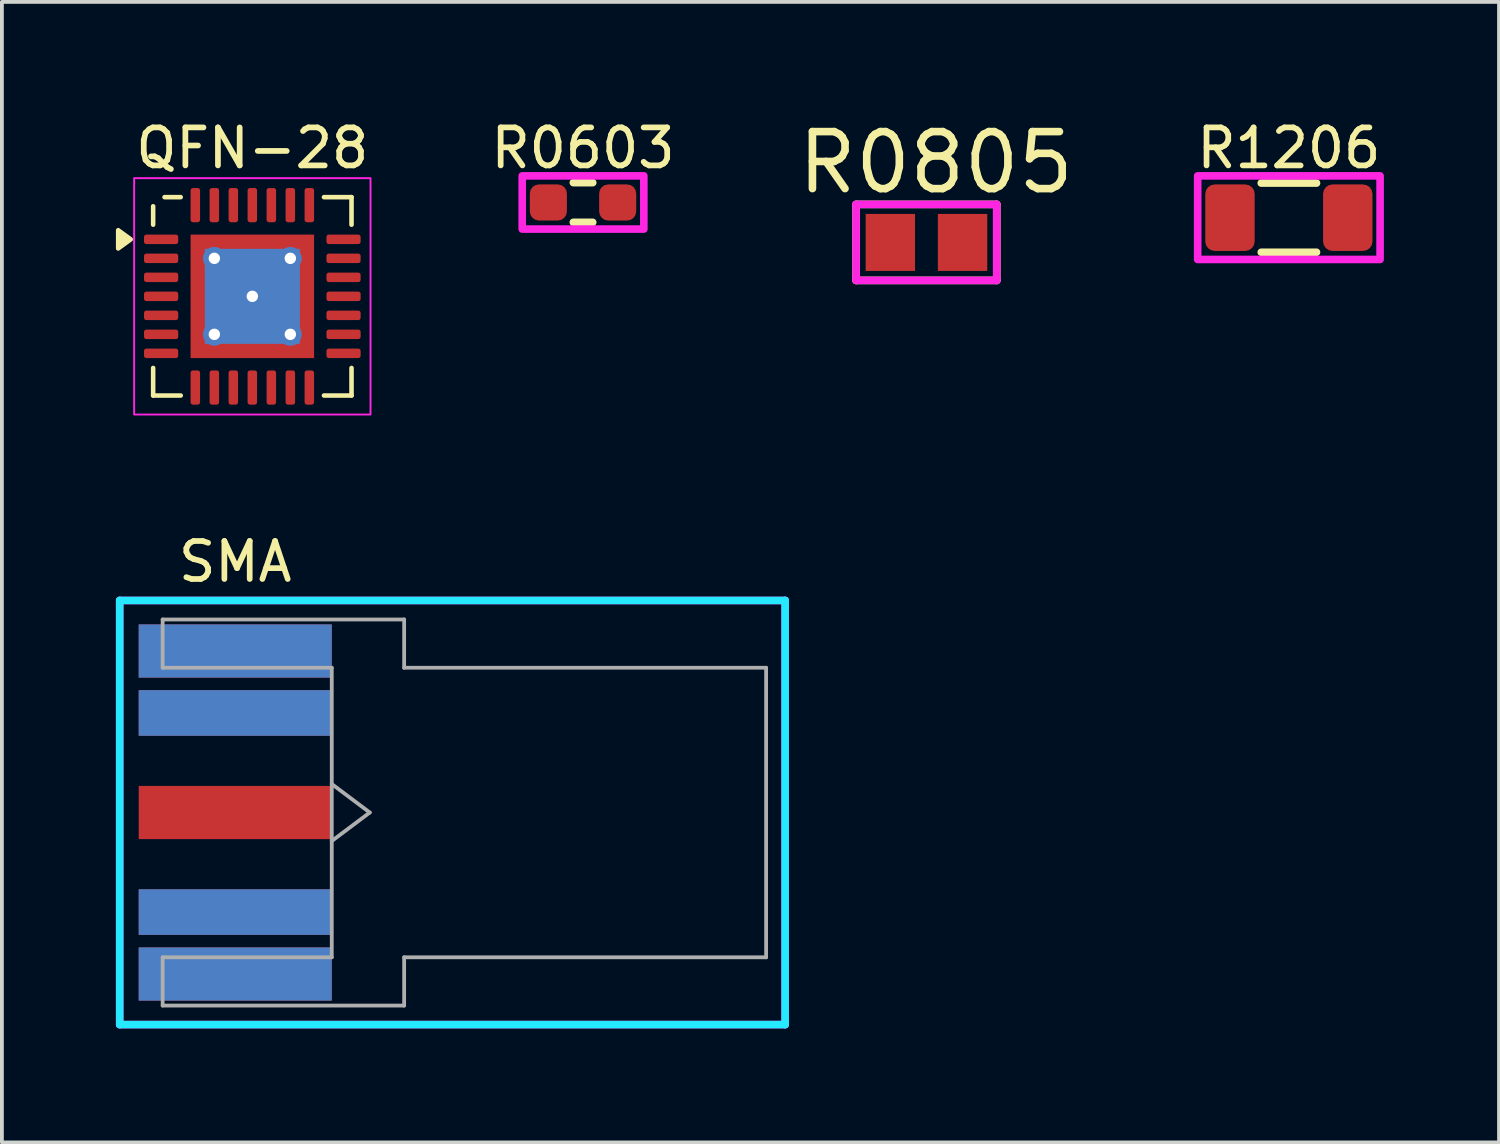
<source format=kicad_pcb>
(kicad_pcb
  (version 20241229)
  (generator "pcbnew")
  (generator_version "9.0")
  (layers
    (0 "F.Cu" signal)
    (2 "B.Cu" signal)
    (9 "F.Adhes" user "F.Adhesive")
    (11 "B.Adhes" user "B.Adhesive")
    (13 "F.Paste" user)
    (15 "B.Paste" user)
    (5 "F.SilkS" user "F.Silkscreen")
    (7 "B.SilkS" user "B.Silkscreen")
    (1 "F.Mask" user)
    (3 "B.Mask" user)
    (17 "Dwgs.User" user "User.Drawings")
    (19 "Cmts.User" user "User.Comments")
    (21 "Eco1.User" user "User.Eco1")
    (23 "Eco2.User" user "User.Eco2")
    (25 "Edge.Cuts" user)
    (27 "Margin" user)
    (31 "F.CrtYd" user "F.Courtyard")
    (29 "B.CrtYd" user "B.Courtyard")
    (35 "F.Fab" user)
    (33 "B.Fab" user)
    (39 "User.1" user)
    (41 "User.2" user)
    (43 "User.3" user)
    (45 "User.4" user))
  (footprint "R0603"
    (layer "F.Cu")
    (at 12.292 2.278)
    (property "Reference" "R0603" (at 0 -1.43 0) (layer "F.SilkS") (effects (font (size 1 1) (thickness 0.15))))
    (attr smd)
    (fp_line (start -0.255 -0.522) (end 0.255 -0.522) (stroke (width 0.2) (type solid)) (layer "F.SilkS"))
    (fp_line (start -0.255 0.522) (end 0.255 0.522) (stroke (width 0.2) (type solid)) (layer "F.SilkS"))
    (fp_rect (start -1.6 -0.7) (end 1.6 0.7) (stroke (width 0.2) (type default)) (fill no) (layer "F.CrtYd"))
    (pad "1" smd roundrect (at -0.912 0) (size 0.975 0.95) (layers "F.Cu" "F.Mask" "F.Paste") (roundrect_rratio 0.25))
    (pad "2" smd roundrect (at 0.912 0) (size 0.975 0.95) (layers "F.Cu" "F.Mask" "F.Paste") (roundrect_rratio 0.25)))
  (footprint "R1206"
    (layer "F.Cu")
    (at 30.866 2.678)
    (property "Reference" "R1206" (at 0 -1.83 0) (layer "F.SilkS") (effects (font (size 1 1) (thickness 0.15))))
    (attr smd)
    (fp_line (start -0.727 -0.91) (end 0.727 -0.91) (stroke (width 0.2) (type solid)) (layer "F.SilkS"))
    (fp_line (start -0.727 0.91) (end 0.727 0.91) (stroke (width 0.2) (type solid)) (layer "F.SilkS"))
    (fp_rect (start -2.4 -1.1) (end 2.4 1.1) (stroke (width 0.2) (type default)) (fill no) (layer "F.CrtYd"))
    (pad "1" smd roundrect (at -1.55 0) (size 1.3 1.75) (layers "F.Cu" "F.Mask" "F.Paste") (roundrect_rratio 0.192))
    (pad "2" smd roundrect (at 1.55 0) (size 1.3 1.75) (layers "F.Cu" "F.Mask" "F.Paste") (roundrect_rratio 0.192)))
  (footprint "R0805"
    (layer "F.Cu")
    (at 21.329 3.329)
    (property "Reference" "R0805" (at 0.25 -2.1 0) (layer "F.SilkS") (effects (font (size 1.5 1.5) (thickness 0.2))))
    (attr smd)
    (fp_line (start -1.85 -1) (end 1.85 -1) (stroke (width 0.2) (type solid)) (layer "F.SilkS"))
    (fp_line (start -1.85 1) (end -1.85 -1) (stroke (width 0.2) (type solid)) (layer "F.SilkS"))
    (fp_line (start 1.85 -1) (end 1.85 1) (stroke (width 0.2) (type solid)) (layer "F.SilkS"))
    (fp_line (start 1.85 1) (end -1.85 1) (stroke (width 0.2) (type solid)) (layer "F.SilkS"))
    (fp_line (start -1.85 -1) (end -1.85 1) (stroke (width 0.2) (type solid)) (layer "F.CrtYd"))
    (fp_line (start -1.85 -1) (end 1.85 -1) (stroke (width 0.2) (type solid)) (layer "F.CrtYd"))
    (fp_line (start -1.85 1) (end 1.85 1) (stroke (width 0.2) (type solid)) (layer "F.CrtYd"))
    (fp_line (start 1.85 -1) (end 1.85 0.9) (stroke (width 0.2) (type solid)) (layer "F.CrtYd"))
    (fp_line (start 1.85 1) (end 1.85 0.9) (stroke (width 0.2) (type solid)) (layer "F.CrtYd"))
    (pad "1" smd rect (at -0.95 0) (size 1.3 1.5) (layers "F.Cu" "F.Mask" "F.Paste"))
    (pad "2" smd rect (at 0.95 0) (size 1.3 1.5) (layers "F.Cu" "F.Mask" "F.Paste")))
  (footprint "QFN-28"
    (layer "F.Cu")
    (at 3.59 4.748)
    (property "Reference" "QFN-28" (at 0 -3.9 0) (unlocked yes) (layer "F.SilkS") (effects (font (size 1 1) (thickness 0.15))))
    (attr smd)
    (fp_line (start -2.61 -1.885) (end -2.61 -2.37) (stroke (width 0.12) (type solid)) (layer "F.SilkS"))
    (fp_line (start -2.61 2.61) (end -2.61 1.885) (stroke (width 0.12) (type solid)) (layer "F.SilkS"))
    (fp_line (start -1.885 -2.61) (end -2.31 -2.61) (stroke (width 0.12) (type solid)) (layer "F.SilkS"))
    (fp_line (start -1.885 2.61) (end -2.61 2.61) (stroke (width 0.12) (type solid)) (layer "F.SilkS"))
    (fp_line (start 1.885 -2.61) (end 2.61 -2.61) (stroke (width 0.12) (type solid)) (layer "F.SilkS"))
    (fp_line (start 1.885 2.61) (end 2.61 2.61) (stroke (width 0.12) (type solid)) (layer "F.SilkS"))
    (fp_line (start 2.61 -2.61) (end 2.61 -1.885) (stroke (width 0.12) (type solid)) (layer "F.SilkS"))
    (fp_line (start 2.61 2.61) (end 2.61 1.885) (stroke (width 0.12) (type solid)) (layer "F.SilkS"))
    (fp_poly (pts (xy -3.2 -1.5) (xy -3.53 -1.26) (xy -3.53 -1.74)) (stroke (width 0.12) (type solid)) (fill yes) (layer "F.SilkS"))
    (fp_rect (start -3.11 -3.11) (end 3.11 3.11) (stroke (width 0.05) (type solid)) (fill no) (layer "F.CrtYd"))
    (pad "" smd roundrect (at -0.81 -0.81) (size 1.33 1.33) (layers "F.Paste") (roundrect_rratio 0.188))
    (pad "" smd roundrect (at -0.81 0.81) (size 1.33 1.33) (layers "F.Paste") (roundrect_rratio 0.188))
    (pad "" smd roundrect (at 0.81 -0.81) (size 1.33 1.33) (layers "F.Paste") (roundrect_rratio 0.188))
    (pad "" smd roundrect (at 0.81 0.81) (size 1.33 1.33) (layers "F.Paste") (roundrect_rratio 0.188))
    (pad "1" smd roundrect (at -2.4 -1.5) (size 0.9 0.25) (layers "F.Cu" "F.Mask" "F.Paste") (roundrect_rratio 0.25))
    (pad "2" smd roundrect (at -2.4 -1) (size 0.9 0.25) (layers "F.Cu" "F.Mask" "F.Paste") (roundrect_rratio 0.25))
    (pad "3" smd roundrect (at -2.4 -0.5) (size 0.9 0.25) (layers "F.Cu" "F.Mask" "F.Paste") (roundrect_rratio 0.25))
    (pad "4" smd roundrect (at -2.4 0) (size 0.9 0.25) (layers "F.Cu" "F.Mask" "F.Paste") (roundrect_rratio 0.25))
    (pad "5" smd roundrect (at -2.4 0.5) (size 0.9 0.25) (layers "F.Cu" "F.Mask" "F.Paste") (roundrect_rratio 0.25))
    (pad "6" smd roundrect (at -2.4 1) (size 0.9 0.25) (layers "F.Cu" "F.Mask" "F.Paste") (roundrect_rratio 0.25))
    (pad "7" smd roundrect (at -2.4 1.5) (size 0.9 0.25) (layers "F.Cu" "F.Mask" "F.Paste") (roundrect_rratio 0.25))
    (pad "8" smd roundrect (at -1.5 2.4) (size 0.25 0.9) (layers "F.Cu" "F.Mask" "F.Paste") (roundrect_rratio 0.25))
    (pad "9" smd roundrect (at -1 2.4) (size 0.25 0.9) (layers "F.Cu" "F.Mask" "F.Paste") (roundrect_rratio 0.25))
    (pad "10" smd roundrect (at -0.5 2.4) (size 0.25 0.9) (layers "F.Cu" "F.Mask" "F.Paste") (roundrect_rratio 0.25))
    (pad "11" smd roundrect (at 0 2.4) (size 0.25 0.9) (layers "F.Cu" "F.Mask" "F.Paste") (roundrect_rratio 0.25))
    (pad "12" smd roundrect (at 0.5 2.4) (size 0.25 0.9) (layers "F.Cu" "F.Mask" "F.Paste") (roundrect_rratio 0.25))
    (pad "13" smd roundrect (at 1 2.4) (size 0.25 0.9) (layers "F.Cu" "F.Mask" "F.Paste") (roundrect_rratio 0.25))
    (pad "14" smd roundrect (at 1.5 2.4) (size 0.25 0.9) (layers "F.Cu" "F.Mask" "F.Paste") (roundrect_rratio 0.25))
    (pad "15" smd roundrect (at 2.4 1.5) (size 0.9 0.25) (layers "F.Cu" "F.Mask" "F.Paste") (roundrect_rratio 0.25))
    (pad "16" smd roundrect (at 2.4 1) (size 0.9 0.25) (layers "F.Cu" "F.Mask" "F.Paste") (roundrect_rratio 0.25))
    (pad "17" smd roundrect (at 2.4 0.5) (size 0.9 0.25) (layers "F.Cu" "F.Mask" "F.Paste") (roundrect_rratio 0.25))
    (pad "18" smd roundrect (at 2.4 0) (size 0.9 0.25) (layers "F.Cu" "F.Mask" "F.Paste") (roundrect_rratio 0.25))
    (pad "19" smd roundrect (at 2.4 -0.5) (size 0.9 0.25) (layers "F.Cu" "F.Mask" "F.Paste") (roundrect_rratio 0.25))
    (pad "20" smd roundrect (at 2.4 -1) (size 0.9 0.25) (layers "F.Cu" "F.Mask" "F.Paste") (roundrect_rratio 0.25))
    (pad "21" smd roundrect (at 2.4 -1.5) (size 0.9 0.25) (layers "F.Cu" "F.Mask" "F.Paste") (roundrect_rratio 0.25))
    (pad "22" smd roundrect (at 1.5 -2.4) (size 0.25 0.9) (layers "F.Cu" "F.Mask" "F.Paste") (roundrect_rratio 0.25))
    (pad "23" smd roundrect (at 1 -2.4) (size 0.25 0.9) (layers "F.Cu" "F.Mask" "F.Paste") (roundrect_rratio 0.25))
    (pad "24" smd roundrect (at 0.5 -2.4) (size 0.25 0.9) (layers "F.Cu" "F.Mask" "F.Paste") (roundrect_rratio 0.25))
    (pad "25" smd roundrect (at 0 -2.4) (size 0.25 0.9) (layers "F.Cu" "F.Mask" "F.Paste") (roundrect_rratio 0.25))
    (pad "26" smd roundrect (at -0.5 -2.4) (size 0.25 0.9) (layers "F.Cu" "F.Mask" "F.Paste") (roundrect_rratio 0.25))
    (pad "27" smd roundrect (at -1 -2.4) (size 0.25 0.9) (layers "F.Cu" "F.Mask" "F.Paste") (roundrect_rratio 0.25))
    (pad "28" smd roundrect (at -1.5 -2.4) (size 0.25 0.9) (layers "F.Cu" "F.Mask" "F.Paste") (roundrect_rratio 0.25))
    (pad "29" thru_hole circle (at -1 -1) (size 0.6 0.6) (drill 0.3) (property pad_prop_heatsink) (layers "*.Cu"))
    (pad "29" thru_hole circle (at -1 1) (size 0.6 0.6) (drill 0.3) (property pad_prop_heatsink) (layers "*.Cu"))
    (pad "29" thru_hole circle (at 0 0) (size 0.6 0.6) (drill 0.3) (property pad_prop_heatsink) (layers "*.Cu"))
    (pad "29" smd rect (at 0 0) (size 2.5 2.5) (property pad_prop_heatsink) (layers "B.Cu"))
    (pad "29" smd rect (at 0 0) (size 3.25 3.25) (property pad_prop_heatsink) (layers "F.Cu" "F.Mask"))
    (pad "29" thru_hole circle (at 1 -1) (size 0.6 0.6) (drill 0.3) (property pad_prop_heatsink) (layers "*.Cu"))
    (pad "29" thru_hole circle (at 1 1) (size 0.6 0.6) (drill 0.3) (property pad_prop_heatsink) (layers "*.Cu")))
  (footprint "SMA"
    (layer "F.Cu")
    (at 3.14 18.331)
    (property "Reference" "SMA" (at 0 -6.6 0) (unlocked yes) (layer "F.SilkS") (effects (font (size 1 1) (thickness 0.15))))
    (attr smd)
    (fp_line (start -3.04 5.58) (end -3.04 -5.58) (stroke (width 0.2) (type solid)) (layer "B.CrtYd"))
    (fp_line (start 14.47 -5.58) (end -3.04 -5.58) (stroke (width 0.2) (type solid)) (layer "B.CrtYd"))
    (fp_line (start 14.47 -5.58) (end 14.47 5.58) (stroke (width 0.2) (type solid)) (layer "B.CrtYd"))
    (fp_line (start 14.47 5.58) (end -3.04 5.58) (stroke (width 0.2) (type solid)) (layer "B.CrtYd"))
    (fp_line (start -3.04 5.58) (end -3.04 -5.58) (stroke (width 0.2) (type solid)) (layer "F.CrtYd"))
    (fp_line (start 14.47 -5.58) (end -3.04 -5.58) (stroke (width 0.2) (type solid)) (layer "F.CrtYd"))
    (fp_line (start 14.47 -5.58) (end 14.47 5.58) (stroke (width 0.2) (type solid)) (layer "F.CrtYd"))
    (fp_line (start 14.47 5.58) (end -3.04 5.58) (stroke (width 0.2) (type solid)) (layer "F.CrtYd"))
    (fp_line (start -1.91 -5.08) (end -1.91 -3.81) (stroke (width 0.1) (type solid)) (layer "F.Fab"))
    (fp_line (start -1.91 -5.08) (end 4.445 -5.08) (stroke (width 0.1) (type solid)) (layer "F.Fab"))
    (fp_line (start -1.91 -3.81) (end 2.54 -3.81) (stroke (width 0.1) (type solid)) (layer "F.Fab"))
    (fp_line (start -1.91 3.81) (end -1.91 5.08) (stroke (width 0.1) (type solid)) (layer "F.Fab"))
    (fp_line (start -1.91 5.08) (end 4.445 5.08) (stroke (width 0.1) (type solid)) (layer "F.Fab"))
    (fp_line (start 2.54 -3.81) (end 2.54 3.81) (stroke (width 0.1) (type solid)) (layer "F.Fab"))
    (fp_line (start 2.54 -0.75) (end 3.54 0) (stroke (width 0.1) (type solid)) (layer "F.Fab"))
    (fp_line (start 2.54 3.81) (end -1.91 3.81) (stroke (width 0.1) (type solid)) (layer "F.Fab"))
    (fp_line (start 3.54 0) (end 2.54 0.75) (stroke (width 0.1) (type solid)) (layer "F.Fab"))
    (fp_line (start 4.445 -3.81) (end 4.445 -5.08) (stroke (width 0.1) (type solid)) (layer "F.Fab"))
    (fp_line (start 4.445 -3.81) (end 13.97 -3.81) (stroke (width 0.1) (type solid)) (layer "F.Fab"))
    (fp_line (start 4.445 5.08) (end 4.445 3.81) (stroke (width 0.1) (type solid)) (layer "F.Fab"))
    (fp_line (start 13.97 -3.81) (end 13.97 3.81) (stroke (width 0.1) (type solid)) (layer "F.Fab"))
    (fp_line (start 13.97 3.81) (end 4.445 3.81) (stroke (width 0.1) (type solid)) (layer "F.Fab"))
    (pad "1" smd rect (at 0 0 90) (size 1.4 5.08) (layers "F.Cu" "F.Mask" "F.Paste"))
    (pad "2" smd rect (at 0 -4.25 90) (size 1.4 5.08) (layers "F.Cu" "F.Mask" "F.Paste"))
    (pad "2" smd rect (at 0 -4.25 90) (size 1.4 5.08) (layers "B.Cu" "B.Mask" "B.Paste"))
    (pad "2" smd rect (at 0 -2.62 90) (size 1.2 5.08) (layers "F.Cu" "F.Mask" "F.Paste"))
    (pad "2" smd rect (at 0 -2.62 270) (size 1.2 5.08) (layers "B.Cu" "B.Mask" "B.Paste"))
    (pad "2" smd rect (at 0 2.62 90) (size 1.2 5.08) (layers "F.Cu" "F.Mask" "F.Paste"))
    (pad "2" smd rect (at 0 2.62 270) (size 1.2 5.08) (layers "B.Cu" "B.Mask" "B.Paste"))
    (pad "2" smd rect (at 0 4.25 90) (size 1.4 5.08) (layers "F.Cu" "F.Mask" "F.Paste"))
    (pad "2" smd rect (at 0 4.25 90) (size 1.4 5.08) (layers "B.Cu" "B.Mask" "B.Paste")))
  (gr_rect
    (start -3 -3)
    (end 36.396 27.012)
    (stroke (width 0.1) (type default))
    (fill no)
    (layer "Edge.Cuts")))
</source>
